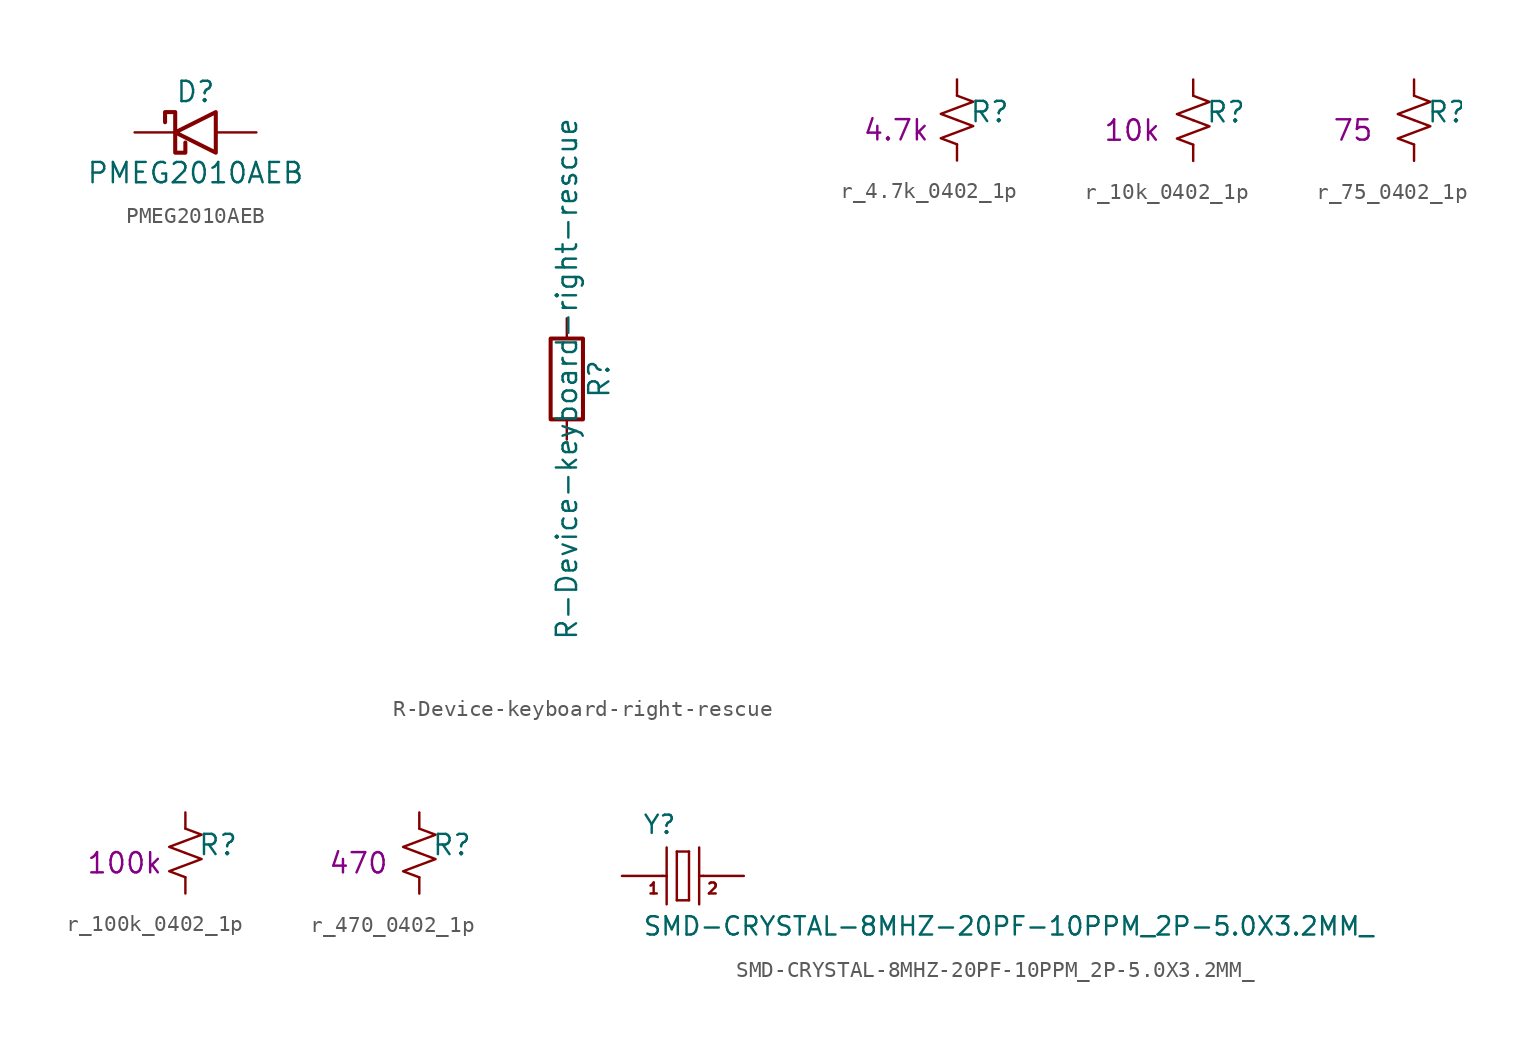
<source format=kicad_sym>
(kicad_symbol_lib
  (version 20220914)
  (generator kicad_symbol_editor)
  (symbol "PMEG2010AEB"
    (pin_numbers hide)
    (pin_names
      (offset 1.016) hide)
    (property "Reference" "D"
      (at 0 2.54 0)
      (effects (font (size 1.27 1.27))))
    (property "Value" "PMEG2010AEB"
      (at 0 -2.54 0)
      (effects (font (size 1.27 1.27))))
    (symbol "PMEG2010AEB_0_1"
      (polyline (pts (xy 1.27 1.27) (xy 1.27 -1.27) (xy -1.27 0) (xy 1.27 1.27)) (stroke (width 0.254) (type default)) (fill (type none)))
      (polyline (pts (xy -1.905 0.635) (xy -1.905 1.27) (xy -1.27 1.27) (xy -1.27 -1.27) (xy -0.635 -1.27) (xy -0.635 -0.635)) (stroke (width 0.254) (type default)) (fill (type none))))
    (symbol "PMEG2010AEB_1_1"
      (pin passive line (at -3.81 0 0) (length 2.54) (name "K" (effects (font (size 1.27 1.27)))) (number "1" (effects (font (size 1.27 1.27)))))
      (pin passive line (at 3.81 0 180) (length 2.54) (name "A" (effects (font (size 1.27 1.27)))) (number "2" (effects (font (size 1.27 1.27)))))))
  (symbol "R-Device-keyboard-right-rescue"
    (pin_numbers hide)
    (pin_names
      (offset 0))
    (property "Reference" "R"
      (at 2.032 0 90)
      (effects (font (size 1.27 1.27))))
    (property "Value" "R-Device-keyboard-right-rescue"
      (at 0 0 90)
      (effects (font (size 1.27 1.27))))
    (symbol "R-Device-keyboard-right-rescue_0_1"
      (rectangle (start -1.016 -2.54) (end 1.016 2.54) (stroke (width 0.254) (type default)) (fill (type none))))
    (symbol "R-Device-keyboard-right-rescue_1_1"
      (pin passive line (at 0 3.81 270) (length 1.27) (name "~" (effects (font (size 1.27 1.27)))) (number "1" (effects (font (size 1.27 1.27)))))
      (pin passive line (at 0 -3.81 90) (length 1.27) (name "~" (effects (font (size 1.27 1.27)))) (number "2" (effects (font (size 1.27 1.27)))))))
  (symbol "r_4.7k_0402_1p"
    (pin_numbers hide)
    (pin_names
      (offset 0.254) hide)
    (property "Reference" "R"
      (at 0.762 0.508 0)
      (effects (font (size 1.27 1.27)) (justify left)))
    (property "Display value" "4.7k"
      (at -3.81 -0.635 0)
      (effects (font (size 1.27 1.27))))
    (symbol "r_4.7k_0402_1p_1_1"
      (polyline (pts (xy 0 0) (xy 1.016 -0.381) (xy 0 -0.762) (xy -1.016 -1.143) (xy 0 -1.524)) (stroke (width 0) (type default)) (fill (type none)))
      (polyline (pts (xy 0 1.524) (xy 1.016 1.143) (xy 0 0.762) (xy -1.016 0.381) (xy 0 0)) (stroke (width 0) (type default)) (fill (type none)))
      (pin passive line (at 0 2.54 270) (length 1.016) (name "~" (effects (font (size 1.27 1.27)))) (number "1" (effects (font (size 1.27 1.27)))))
      (pin passive line (at 0 -2.54 90) (length 1.016) (name "~" (effects (font (size 1.27 1.27)))) (number "2" (effects (font (size 1.27 1.27)))))))
  (symbol "r_10k_0402_1p"
    (pin_numbers hide)
    (pin_names
      (offset 0.254) hide)
    (property "Reference" "R"
      (at 0.762 0.508 0)
      (effects (font (size 1.27 1.27)) (justify left)))
    (property "Display value" "10k"
      (at -3.81 -0.635 0)
      (effects (font (size 1.27 1.27))))
    (symbol "r_10k_0402_1p_1_1"
      (polyline (pts (xy 0 0) (xy 1.016 -0.381) (xy 0 -0.762) (xy -1.016 -1.143) (xy 0 -1.524)) (stroke (width 0) (type default)) (fill (type none)))
      (polyline (pts (xy 0 1.524) (xy 1.016 1.143) (xy 0 0.762) (xy -1.016 0.381) (xy 0 0)) (stroke (width 0) (type default)) (fill (type none)))
      (pin passive line (at 0 2.54 270) (length 1.016) (name "~" (effects (font (size 1.27 1.27)))) (number "1" (effects (font (size 1.27 1.27)))))
      (pin passive line (at 0 -2.54 90) (length 1.016) (name "~" (effects (font (size 1.27 1.27)))) (number "2" (effects (font (size 1.27 1.27)))))))
  (symbol "r_75_0402_1p"
    (pin_numbers hide)
    (pin_names
      (offset 0.254) hide)
    (property "Reference" "R"
      (at 0.762 0.508 0)
      (effects (font (size 1.27 1.27)) (justify left)))
    (property "Display value" "75"
      (at -3.81 -0.635 0)
      (effects (font (size 1.27 1.27))))
    (symbol "r_75_0402_1p_1_1"
      (polyline (pts (xy 0 0) (xy 1.016 -0.381) (xy 0 -0.762) (xy -1.016 -1.143) (xy 0 -1.524)) (stroke (width 0) (type default)) (fill (type none)))
      (polyline (pts (xy 0 1.524) (xy 1.016 1.143) (xy 0 0.762) (xy -1.016 0.381) (xy 0 0)) (stroke (width 0) (type default)) (fill (type none)))
      (pin passive line (at 0 2.54 270) (length 1.016) (name "~" (effects (font (size 1.27 1.27)))) (number "1" (effects (font (size 1.27 1.27)))))
      (pin passive line (at 0 -2.54 90) (length 1.016) (name "~" (effects (font (size 1.27 1.27)))) (number "2" (effects (font (size 1.27 1.27)))))))
  (symbol "r_100k_0402_1p"
    (pin_numbers hide)
    (pin_names
      (offset 0.254) hide)
    (property "Reference" "R"
      (at 0.762 0.508 0)
      (effects (font (size 1.27 1.27)) (justify left)))
    (property "Display value" "100k"
      (at -3.81 -0.635 0)
      (effects (font (size 1.27 1.27))))
    (symbol "r_100k_0402_1p_1_1"
      (polyline (pts (xy 0 0) (xy 1.016 -0.381) (xy 0 -0.762) (xy -1.016 -1.143) (xy 0 -1.524)) (stroke (width 0) (type default)) (fill (type none)))
      (polyline (pts (xy 0 1.524) (xy 1.016 1.143) (xy 0 0.762) (xy -1.016 0.381) (xy 0 0)) (stroke (width 0) (type default)) (fill (type none)))
      (pin passive line (at 0 2.54 270) (length 1.016) (name "~" (effects (font (size 1.27 1.27)))) (number "1" (effects (font (size 1.27 1.27)))))
      (pin passive line (at 0 -2.54 90) (length 1.016) (name "~" (effects (font (size 1.27 1.27)))) (number "2" (effects (font (size 1.27 1.27)))))))
  (symbol "r_470_0402_1p"
    (pin_numbers hide)
    (pin_names
      (offset 0.254) hide)
    (property "Reference" "R"
      (at 0.762 0.508 0)
      (effects (font (size 1.27 1.27)) (justify left)))
    (property "Display value" "470"
      (at -3.81 -0.635 0)
      (effects (font (size 1.27 1.27))))
    (symbol "r_470_0402_1p_1_1"
      (polyline (pts (xy 0 0) (xy 1.016 -0.381) (xy 0 -0.762) (xy -1.016 -1.143) (xy 0 -1.524)) (stroke (width 0) (type default)) (fill (type none)))
      (polyline (pts (xy 0 1.524) (xy 1.016 1.143) (xy 0 0.762) (xy -1.016 0.381) (xy 0 0)) (stroke (width 0) (type default)) (fill (type none)))
      (pin passive line (at 0 2.54 270) (length 1.016) (name "~" (effects (font (size 1.27 1.27)))) (number "1" (effects (font (size 1.27 1.27)))))
      (pin passive line (at 0 -2.54 90) (length 1.016) (name "~" (effects (font (size 1.27 1.27)))) (number "2" (effects (font (size 1.27 1.27)))))))
  (symbol "SMD-CRYSTAL-8MHZ-20PF-10PPM_2P-5.0X3.2MM_"
    (pin_numbers hide)
    (pin_names
      (offset 1.016) hide)
    (property "Reference" "Y"
      (at -2.54 2.54 0)
      (effects (font (size 1.143 1.143)) (justify left bottom)))
    (property "Value" "SMD-CRYSTAL-8MHZ-20PF-10PPM_2P-5.0X3.2MM_"
      (at -2.54 -3.81 0)
      (effects (font (size 1.143 1.143)) (justify left bottom)))
    (symbol "SMD-CRYSTAL-8MHZ-20PF-10PPM_2P-5.0X3.2MM__1_0"
      (polyline (pts (xy -1.27 0) (xy -1.016 0)) (stroke (width 0) (type default)) (fill (type none)))
      (polyline (pts (xy -1.016 0) (xy -1.016 -1.778)) (stroke (width 0) (type default)) (fill (type none)))
      (polyline (pts (xy -1.016 1.778) (xy -1.016 0)) (stroke (width 0) (type default)) (fill (type none)))
      (polyline (pts (xy -0.381 -1.524) (xy 0.381 -1.524)) (stroke (width 0) (type default)) (fill (type none)))
      (polyline (pts (xy -0.381 1.524) (xy -0.381 -1.524)) (stroke (width 0) (type default)) (fill (type none)))
      (polyline (pts (xy 0.381 -1.524) (xy 0.381 1.524)) (stroke (width 0) (type default)) (fill (type none)))
      (polyline (pts (xy 0.381 1.524) (xy -0.381 1.524)) (stroke (width 0) (type default)) (fill (type none)))
      (polyline (pts (xy 1.016 0) (xy 1.016 -1.778)) (stroke (width 0) (type default)) (fill (type none)))
      (polyline (pts (xy 1.016 0) (xy 1.27 0)) (stroke (width 0) (type default)) (fill (type none)))
      (polyline (pts (xy 1.016 1.778) (xy 1.016 0)) (stroke (width 0) (type default)) (fill (type none)))
      (text "1" (at -1.829 -0.787 0) (effects (font (size 0.686 0.686))))
      (text "2" (at 1.854 -0.787 0) (effects (font (size 0.686 0.686)))))
    (symbol "SMD-CRYSTAL-8MHZ-20PF-10PPM_2P-5.0X3.2MM__1_1"
      (pin passive line (at -3.81 0 0) (length 2.54) (name "1" (effects (font (size 1.016 1.016)))) (number "1" (effects (font (size 1.016 1.016)))))
      (pin passive line (at 3.81 0 180) (length 2.54) (name "2" (effects (font (size 1.016 1.016)))) (number "2" (effects (font (size 1.016 1.016))))))))
</source>
